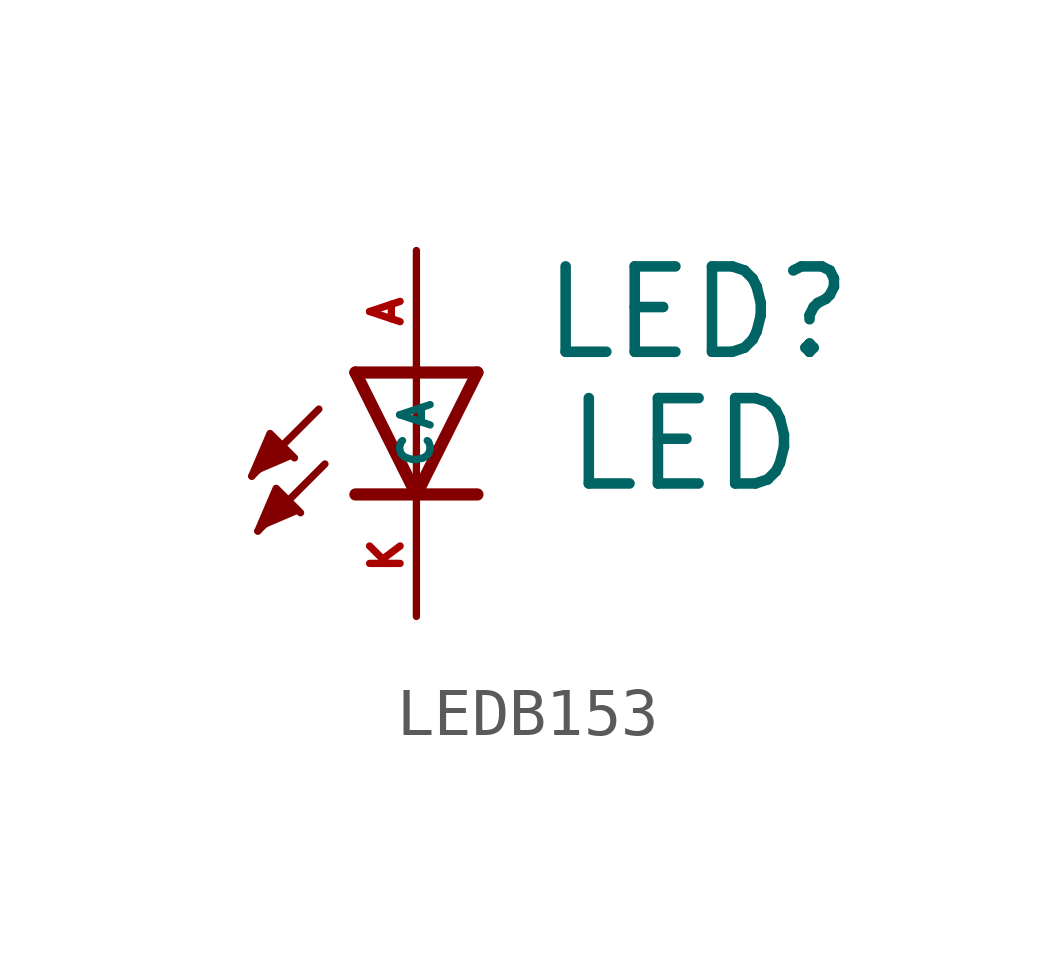
<source format=kicad_sym>
(kicad_symbol_lib
  (version 20220914)
  (generator kicad_symbol_editor)
  (symbol "LEDB153"
    (property "Reference" "LED"
      (at 2.54 0.203 0)
      (effects (font (size 1.778 1.778) (thickness 0.22)) (justify left bottom)))
    (property "Value" "LED"
      (at 3.023 -2.54 0)
      (effects (font (size 1.778 1.778) (thickness 0.22)) (justify left bottom)))
    (symbol "LEDB153_1_1"
      (polyline (pts (xy -2.032 -0.762) (xy -3.429 -2.159)) (stroke (width 0.152) (type default)) (fill (type none)))
      (polyline (pts (xy -1.905 -1.905) (xy -3.302 -3.302)) (stroke (width 0.152) (type default)) (fill (type none)))
      (polyline (pts (xy 0 -2.54) (xy -1.27 -2.54)) (stroke (width 0.254) (type default)) (fill (type none)))
      (polyline (pts (xy 0 -2.54) (xy -1.27 0)) (stroke (width 0.254) (type default)) (fill (type none)))
      (polyline (pts (xy 0 0) (xy -1.27 0)) (stroke (width 0.254) (type default)) (fill (type none)))
      (polyline (pts (xy 0 0) (xy 0 -2.54)) (stroke (width 0.152) (type default)) (fill (type none)))
      (polyline (pts (xy 1.27 -2.54) (xy 0 -2.54)) (stroke (width 0.254) (type default)) (fill (type none)))
      (polyline (pts (xy 1.27 0) (xy 0 -2.54)) (stroke (width 0.254) (type default)) (fill (type none)))
      (polyline (pts (xy 1.27 0) (xy 0 0)) (stroke (width 0.254) (type default)) (fill (type none)))
      (polyline (pts (xy -3.429 -2.159) (xy -3.048 -1.27) (xy -2.54 -1.778)) (stroke (width 0.152) (type default)) (fill (type outline)))
      (polyline (pts (xy -3.302 -3.302) (xy -2.921 -2.413) (xy -2.413 -2.921)) (stroke (width 0.152) (type default)) (fill (type outline)))
      (pin passive line (at 0 2.54 270) (length 2.54) (name "A" (effects (font (size 0.635 0.635)))) (number "A" (effects (font (size 0.635 0.635)))))
      (pin passive line (at 0 -5.08 90) (length 2.54) (name "C" (effects (font (size 0.635 0.635)))) (number "K" (effects (font (size 0.635 0.635))))))))
</source>
